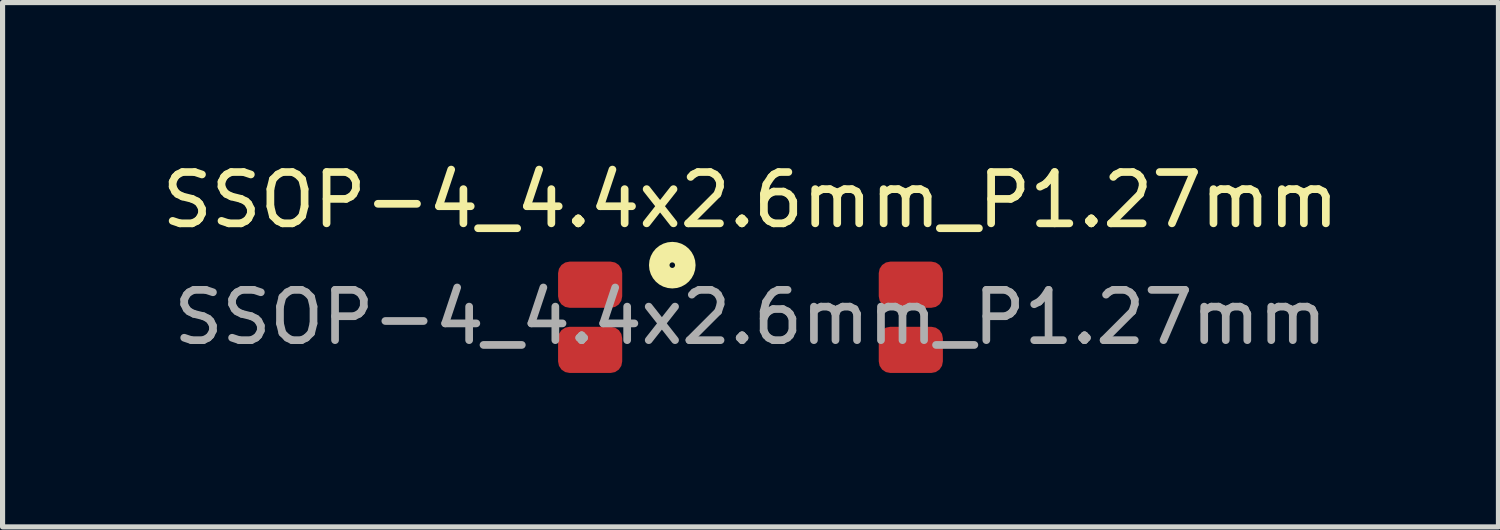
<source format=kicad_pcb>
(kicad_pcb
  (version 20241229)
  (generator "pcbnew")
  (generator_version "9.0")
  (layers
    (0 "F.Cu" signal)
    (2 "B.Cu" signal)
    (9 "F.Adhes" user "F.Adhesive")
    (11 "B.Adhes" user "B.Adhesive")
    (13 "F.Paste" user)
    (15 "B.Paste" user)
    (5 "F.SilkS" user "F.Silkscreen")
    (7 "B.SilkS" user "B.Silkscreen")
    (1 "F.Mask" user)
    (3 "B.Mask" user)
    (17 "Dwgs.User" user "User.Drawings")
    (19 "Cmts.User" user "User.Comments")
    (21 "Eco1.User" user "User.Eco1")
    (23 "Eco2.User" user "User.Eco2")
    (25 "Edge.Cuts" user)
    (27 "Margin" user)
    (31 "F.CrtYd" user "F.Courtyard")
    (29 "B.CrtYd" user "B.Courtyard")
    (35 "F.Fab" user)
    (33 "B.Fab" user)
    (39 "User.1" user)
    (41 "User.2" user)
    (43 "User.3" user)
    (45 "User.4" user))
  (footprint "SSOP-4_4.4x2.6mm_P1.27mm"
    (layer "F.Cu")
    (at 11.577 3.134)
    (property "Reference" "SSOP-4_4.4x2.6mm_P1.27mm" (at 0 -2.286 0) (layer "F.SilkS") (effects (font (size 1 1) (thickness 0.15))))
    (attr smd)
    (fp_circle (center -1.524 -1.016) (end -1.27 -1.016) (stroke (width 0.4) (type solid)) (fill no) (layer "F.SilkS"))
    (fp_text user "${REFERENCE}" (at 0 0 0) (layer "F.Fab") (effects (font (size 0.98 0.98) (thickness 0.15))))
    (pad "1" smd roundrect (at -3.125 -0.635) (size 1.25 0.9) (layers "F.Cu" "F.Mask" "F.Paste") (roundrect_rratio 0.25))
    (pad "2" smd roundrect (at -3.125 0.635) (size 1.25 0.9) (layers "F.Cu" "F.Mask" "F.Paste") (roundrect_rratio 0.25))
    (pad "3" smd roundrect (at 3.125 -0.635) (size 1.25 0.9) (layers "F.Cu" "F.Mask" "F.Paste") (roundrect_rratio 0.25))
    (pad "4" smd roundrect (at 3.125 0.635) (size 1.25 0.9) (layers "F.Cu" "F.Mask" "F.Paste") (roundrect_rratio 0.25)))
  (gr_rect
    (start -3 -3)
    (end 26.155 7.219)
    (stroke (width 0.1) (type default))
    (fill no)
    (layer "Edge.Cuts")))
</source>
